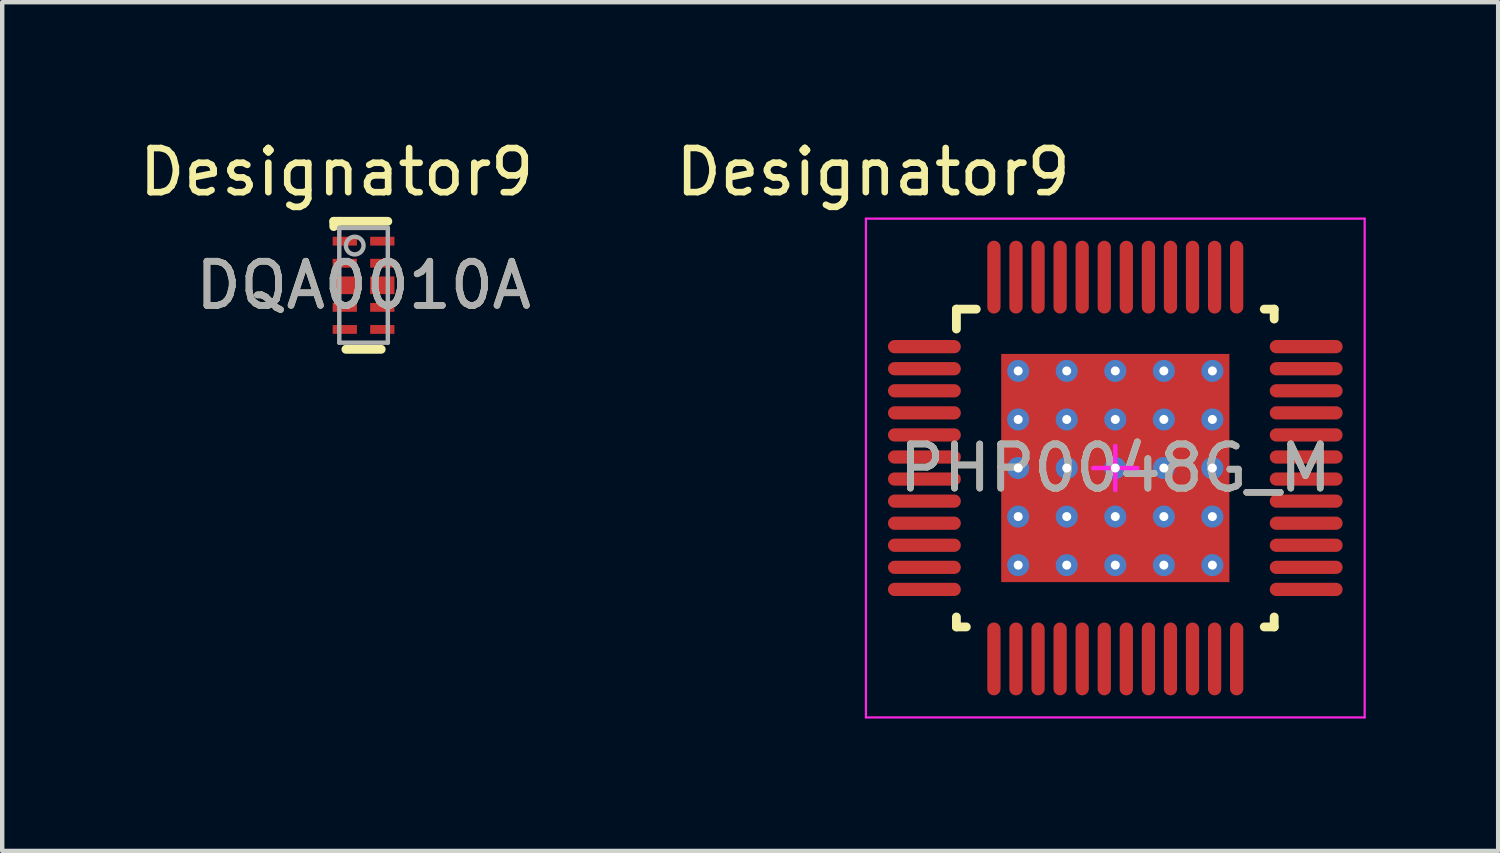
<source format=kicad_pcb>
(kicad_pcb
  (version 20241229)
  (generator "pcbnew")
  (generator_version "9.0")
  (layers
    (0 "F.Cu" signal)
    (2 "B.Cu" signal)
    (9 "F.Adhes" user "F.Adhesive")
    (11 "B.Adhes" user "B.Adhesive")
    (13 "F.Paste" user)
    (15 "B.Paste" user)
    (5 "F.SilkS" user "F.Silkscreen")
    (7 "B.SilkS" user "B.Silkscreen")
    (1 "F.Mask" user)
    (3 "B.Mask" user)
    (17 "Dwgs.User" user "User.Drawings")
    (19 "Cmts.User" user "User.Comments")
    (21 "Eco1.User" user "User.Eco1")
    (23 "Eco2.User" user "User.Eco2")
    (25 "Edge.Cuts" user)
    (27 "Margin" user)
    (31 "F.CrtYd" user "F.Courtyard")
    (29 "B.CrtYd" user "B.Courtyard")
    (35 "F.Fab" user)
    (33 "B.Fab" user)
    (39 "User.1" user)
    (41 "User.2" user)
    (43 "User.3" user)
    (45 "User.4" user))
  (footprint "PHP0048G_M"
    (layer "F.Cu")
    (at 22.219 7.554)
    (property "Reference" "PHP0048G_M" (at 0 0 0) (unlocked yes) (layer "F.SilkS") (effects (font (size 1 1) (thickness 0.15))))
    (attr smd)
    (fp_line (start -3.6 -3.6) (end -3.15 -3.6) (stroke (width 0.2) (type solid)) (layer "F.SilkS"))
    (fp_line (start -3.6 -3.15) (end -3.6 -3.6) (stroke (width 0.2) (type solid)) (layer "F.SilkS"))
    (fp_line (start -3.6 3.6) (end -3.6 3.375) (stroke (width 0.2) (type solid)) (layer "F.SilkS"))
    (fp_line (start -3.6 3.6) (end -3.375 3.6) (stroke (width 0.2) (type solid)) (layer "F.SilkS"))
    (fp_line (start 3.375 -3.6) (end 3.6 -3.6) (stroke (width 0.2) (type solid)) (layer "F.SilkS"))
    (fp_line (start 3.375 3.6) (end 3.6 3.6) (stroke (width 0.2) (type solid)) (layer "F.SilkS"))
    (fp_line (start 3.6 -3.375) (end 3.6 -3.6) (stroke (width 0.2) (type solid)) (layer "F.SilkS"))
    (fp_line (start 3.6 3.6) (end 3.6 3.375) (stroke (width 0.2) (type solid)) (layer "F.SilkS"))
    (fp_line (start -5.65 -5.65) (end 5.65 -5.65) (stroke (width 0.05) (type solid)) (layer "F.CrtYd"))
    (fp_line (start -5.65 5.65) (end -5.65 -5.65) (stroke (width 0.05) (type solid)) (layer "F.CrtYd"))
    (fp_line (start -5.65 5.65) (end 5.65 5.65) (stroke (width 0.05) (type solid)) (layer "F.CrtYd"))
    (fp_line (start -0.5 0) (end 0.5 0) (stroke (width 0.1) (type solid)) (layer "F.CrtYd"))
    (fp_line (start 0 0.5) (end 0 -0.5) (stroke (width 0.1) (type solid)) (layer "F.CrtYd"))
    (fp_line (start 5.65 5.65) (end 5.65 -5.65) (stroke (width 0.05) (type solid)) (layer "F.CrtYd"))
    (fp_text user "Designator9" (at -5.486 -6.706 0) (unlocked yes) (layer "F.SilkS") (effects (font (size 1 1) (thickness 0.15))))
    (fp_text user "${REFERENCE}" (at 0 0 0) (unlocked yes) (layer "F.Fab") (effects (font (size 1 1) (thickness 0.15))))
    (pad "1" smd oval (at -4.325 -2.75 90) (size 0.3 1.65) (layers "F.Cu" "F.Mask" "F.Paste"))
    (pad "2" smd oval (at -4.325 -2.25 90) (size 0.3 1.65) (layers "F.Cu" "F.Mask" "F.Paste"))
    (pad "3" smd oval (at -4.325 -1.75 90) (size 0.3 1.65) (layers "F.Cu" "F.Mask" "F.Paste"))
    (pad "4" smd oval (at -4.325 -1.25 90) (size 0.3 1.65) (layers "F.Cu" "F.Mask" "F.Paste"))
    (pad "5" smd oval (at -4.325 -0.75 90) (size 0.3 1.65) (layers "F.Cu" "F.Mask" "F.Paste"))
    (pad "6" smd oval (at -4.325 -0.25 90) (size 0.3 1.65) (layers "F.Cu" "F.Mask" "F.Paste"))
    (pad "7" smd oval (at -4.325 0.25 90) (size 0.3 1.65) (layers "F.Cu" "F.Mask" "F.Paste"))
    (pad "8" smd oval (at -4.325 0.75 90) (size 0.3 1.65) (layers "F.Cu" "F.Mask" "F.Paste"))
    (pad "9" smd oval (at -4.325 1.25 90) (size 0.3 1.65) (layers "F.Cu" "F.Mask" "F.Paste"))
    (pad "10" smd oval (at -4.325 1.75 90) (size 0.3 1.65) (layers "F.Cu" "F.Mask" "F.Paste"))
    (pad "11" smd oval (at -4.325 2.25 90) (size 0.3 1.65) (layers "F.Cu" "F.Mask" "F.Paste"))
    (pad "12" smd oval (at -4.325 2.75 90) (size 0.3 1.65) (layers "F.Cu" "F.Mask" "F.Paste"))
    (pad "13" smd oval (at -2.75 4.325) (size 0.3 1.65) (layers "F.Cu" "F.Mask" "F.Paste"))
    (pad "14" smd oval (at -2.25 4.325) (size 0.3 1.65) (layers "F.Cu" "F.Mask" "F.Paste"))
    (pad "15" smd oval (at -1.75 4.325) (size 0.3 1.65) (layers "F.Cu" "F.Mask" "F.Paste"))
    (pad "16" smd oval (at -1.25 4.325) (size 0.3 1.65) (layers "F.Cu" "F.Mask" "F.Paste"))
    (pad "17" smd oval (at -0.75 4.325) (size 0.3 1.65) (layers "F.Cu" "F.Mask" "F.Paste"))
    (pad "18" smd oval (at -0.25 4.325) (size 0.3 1.65) (layers "F.Cu" "F.Mask" "F.Paste"))
    (pad "19" smd oval (at 0.25 4.325) (size 0.3 1.65) (layers "F.Cu" "F.Mask" "F.Paste"))
    (pad "20" smd oval (at 0.75 4.325) (size 0.3 1.65) (layers "F.Cu" "F.Mask" "F.Paste"))
    (pad "21" smd oval (at 1.25 4.325) (size 0.3 1.65) (layers "F.Cu" "F.Mask" "F.Paste"))
    (pad "22" smd oval (at 1.75 4.325) (size 0.3 1.65) (layers "F.Cu" "F.Mask" "F.Paste"))
    (pad "23" smd oval (at 2.25 4.325) (size 0.3 1.65) (layers "F.Cu" "F.Mask" "F.Paste"))
    (pad "24" smd oval (at 2.75 4.325) (size 0.3 1.65) (layers "F.Cu" "F.Mask" "F.Paste"))
    (pad "25" smd oval (at 4.325 2.75 90) (size 0.3 1.65) (layers "F.Cu" "F.Mask" "F.Paste"))
    (pad "26" smd oval (at 4.325 2.25 90) (size 0.3 1.65) (layers "F.Cu" "F.Mask" "F.Paste"))
    (pad "27" smd oval (at 4.325 1.75 90) (size 0.3 1.65) (layers "F.Cu" "F.Mask" "F.Paste"))
    (pad "28" smd oval (at 4.325 1.25 90) (size 0.3 1.65) (layers "F.Cu" "F.Mask" "F.Paste"))
    (pad "29" smd oval (at 4.325 0.75 90) (size 0.3 1.65) (layers "F.Cu" "F.Mask" "F.Paste"))
    (pad "30" smd oval (at 4.325 0.25 90) (size 0.3 1.65) (layers "F.Cu" "F.Mask" "F.Paste"))
    (pad "31" smd oval (at 4.325 -0.25 90) (size 0.3 1.65) (layers "F.Cu" "F.Mask" "F.Paste"))
    (pad "32" smd oval (at 4.325 -0.75 90) (size 0.3 1.65) (layers "F.Cu" "F.Mask" "F.Paste"))
    (pad "33" smd oval (at 4.325 -1.25 90) (size 0.3 1.65) (layers "F.Cu" "F.Mask" "F.Paste"))
    (pad "34" smd oval (at 4.325 -1.75 90) (size 0.3 1.65) (layers "F.Cu" "F.Mask" "F.Paste"))
    (pad "35" smd oval (at 4.325 -2.25 90) (size 0.3 1.65) (layers "F.Cu" "F.Mask" "F.Paste"))
    (pad "36" smd oval (at 4.325 -2.75 90) (size 0.3 1.65) (layers "F.Cu" "F.Mask" "F.Paste"))
    (pad "37" smd oval (at 2.75 -4.325) (size 0.3 1.65) (layers "F.Cu" "F.Mask" "F.Paste"))
    (pad "38" smd oval (at 2.25 -4.325) (size 0.3 1.65) (layers "F.Cu" "F.Mask" "F.Paste"))
    (pad "39" smd oval (at 1.75 -4.325) (size 0.3 1.65) (layers "F.Cu" "F.Mask" "F.Paste"))
    (pad "40" smd oval (at 1.25 -4.325) (size 0.3 1.65) (layers "F.Cu" "F.Mask" "F.Paste"))
    (pad "41" smd oval (at 0.75 -4.325) (size 0.3 1.65) (layers "F.Cu" "F.Mask" "F.Paste"))
    (pad "42" smd oval (at 0.25 -4.325) (size 0.3 1.65) (layers "F.Cu" "F.Mask" "F.Paste"))
    (pad "43" smd oval (at -0.25 -4.325) (size 0.3 1.65) (layers "F.Cu" "F.Mask" "F.Paste"))
    (pad "44" smd oval (at -0.75 -4.325) (size 0.3 1.65) (layers "F.Cu" "F.Mask" "F.Paste"))
    (pad "45" smd oval (at -1.25 -4.325) (size 0.3 1.65) (layers "F.Cu" "F.Mask" "F.Paste"))
    (pad "46" smd oval (at -1.75 -4.325) (size 0.3 1.65) (layers "F.Cu" "F.Mask" "F.Paste"))
    (pad "47" smd oval (at -2.25 -4.325) (size 0.3 1.65) (layers "F.Cu" "F.Mask" "F.Paste"))
    (pad "48" smd oval (at -2.75 -4.325) (size 0.3 1.65) (layers "F.Cu" "F.Mask" "F.Paste"))
    (pad "49" smd rect (at 0 -0.000003) (size 5.17 5.17) (layers "F.Cu" "F.Mask" "F.Paste"))
    (pad "V" thru_hole circle (at -2.2 -2.2) (size 0.5 0.5) (drill 0.203) (layers "*.Cu" "*.Mask"))
    (pad "V" thru_hole circle (at -2.2 -1.1) (size 0.5 0.5) (drill 0.203) (layers "*.Cu" "*.Mask"))
    (pad "V" thru_hole circle (at -2.2 0) (size 0.5 0.5) (drill 0.203) (layers "*.Cu" "*.Mask"))
    (pad "V" thru_hole circle (at -2.2 1.1) (size 0.5 0.5) (drill 0.203) (layers "*.Cu" "*.Mask"))
    (pad "V" thru_hole circle (at -2.2 2.2) (size 0.5 0.5) (drill 0.203) (layers "*.Cu" "*.Mask"))
    (pad "V" thru_hole circle (at -1.1 -2.2) (size 0.5 0.5) (drill 0.203) (layers "*.Cu" "*.Mask"))
    (pad "V" thru_hole circle (at -1.1 -1.1) (size 0.5 0.5) (drill 0.203) (layers "*.Cu" "*.Mask"))
    (pad "V" thru_hole circle (at -1.1 0) (size 0.5 0.5) (drill 0.203) (layers "*.Cu" "*.Mask"))
    (pad "V" thru_hole circle (at -1.1 1.1) (size 0.5 0.5) (drill 0.203) (layers "*.Cu" "*.Mask"))
    (pad "V" thru_hole circle (at -1.1 2.2) (size 0.5 0.5) (drill 0.203) (layers "*.Cu" "*.Mask"))
    (pad "V" thru_hole circle (at 0 -2.2) (size 0.5 0.5) (drill 0.203) (layers "*.Cu" "*.Mask"))
    (pad "V" thru_hole circle (at 0 -1.1) (size 0.5 0.5) (drill 0.203) (layers "*.Cu" "*.Mask"))
    (pad "V" thru_hole circle (at 0 0) (size 0.5 0.5) (drill 0.203) (layers "*.Cu" "*.Mask"))
    (pad "V" thru_hole circle (at 0 1.1) (size 0.5 0.5) (drill 0.203) (layers "*.Cu" "*.Mask"))
    (pad "V" thru_hole circle (at 0 2.2) (size 0.5 0.5) (drill 0.203) (layers "*.Cu" "*.Mask"))
    (pad "V" thru_hole circle (at 1.1 -2.2) (size 0.5 0.5) (drill 0.203) (layers "*.Cu" "*.Mask"))
    (pad "V" thru_hole circle (at 1.1 -1.1) (size 0.5 0.5) (drill 0.203) (layers "*.Cu" "*.Mask"))
    (pad "V" thru_hole circle (at 1.1 0) (size 0.5 0.5) (drill 0.203) (layers "*.Cu" "*.Mask"))
    (pad "V" thru_hole circle (at 1.1 1.1) (size 0.5 0.5) (drill 0.203) (layers "*.Cu" "*.Mask"))
    (pad "V" thru_hole circle (at 1.1 2.2) (size 0.5 0.5) (drill 0.203) (layers "*.Cu" "*.Mask"))
    (pad "V" thru_hole circle (at 2.2 -2.2) (size 0.5 0.5) (drill 0.203) (layers "*.Cu" "*.Mask"))
    (pad "V" thru_hole circle (at 2.2 -1.1) (size 0.5 0.5) (drill 0.203) (layers "*.Cu" "*.Mask"))
    (pad "V" thru_hole circle (at 2.2 0) (size 0.5 0.5) (drill 0.203) (layers "*.Cu" "*.Mask"))
    (pad "V" thru_hole circle (at 2.2 1.1) (size 0.5 0.5) (drill 0.203) (layers "*.Cu" "*.Mask"))
    (pad "V" thru_hole circle (at 2.2 2.2) (size 0.5 0.5) (drill 0.203) (layers "*.Cu" "*.Mask")))
  (footprint "DQA0010A"
    (layer "F.Cu")
    (at 5.187 3.414)
    (property "Reference" "DQA0010A" (at 0 0 0) (unlocked yes) (layer "F.SilkS") (effects (font (size 1 1) (thickness 0.15))))
    (attr smd)
    (fp_line (start -0.675 -1.45) (end -0.55 -1.45) (stroke (width 0.2) (type solid)) (layer "F.SilkS"))
    (fp_line (start -0.675 -1.33) (end -0.675 -1.45) (stroke (width 0.2) (type solid)) (layer "F.SilkS"))
    (fp_line (start -0.55 -1.45) (end 0.55 -1.45) (stroke (width 0.2) (type solid)) (layer "F.SilkS"))
    (fp_line (start -0.4 1.45) (end 0.4 1.45) (stroke (width 0.2) (type solid)) (layer "F.SilkS"))
    (fp_line (start -0.55 -1.3) (end 0.55 -1.3) (stroke (width 0.1) (type solid)) (layer "F.Fab"))
    (fp_line (start -0.55 1.3) (end -0.55 -1.3) (stroke (width 0.1) (type solid)) (layer "F.Fab"))
    (fp_line (start -0.55 1.3) (end 0.55 1.3) (stroke (width 0.1) (type solid)) (layer "F.Fab"))
    (fp_line (start 0.55 1.3) (end 0.55 -1.3) (stroke (width 0.1) (type solid)) (layer "F.Fab"))
    (fp_circle (center -0.2 -0.9) (end 0 -0.9) (stroke (width 0.1) (type solid)) (fill no) (layer "F.Fab"))
    (fp_text user "Designator9" (at -0.61 -2.565 0) (unlocked yes) (layer "F.SilkS") (effects (font (size 1 1) (thickness 0.15))))
    (fp_text user "${REFERENCE}" (at 0 0 0) (unlocked yes) (layer "F.Fab") (effects (font (size 1 1) (thickness 0.15))))
    (pad "1" smd rect (at -0.425 -1 90) (size 0.2 0.55) (layers "F.Cu" "F.Mask" "F.Paste"))
    (pad "2" smd rect (at -0.425 -0.5 90) (size 0.2 0.55) (layers "F.Cu" "F.Mask" "F.Paste"))
    (pad "3" smd rect (at -0.425 -0.000003 90) (size 0.4 0.55) (layers "F.Cu" "F.Mask" "F.Paste"))
    (pad "4" smd rect (at -0.425 0.5 90) (size 0.2 0.55) (layers "F.Cu" "F.Mask" "F.Paste"))
    (pad "5" smd rect (at -0.425 1 90) (size 0.2 0.55) (layers "F.Cu" "F.Mask" "F.Paste"))
    (pad "6" smd rect (at 0.425 1 90) (size 0.2 0.55) (layers "F.Cu" "F.Mask" "F.Paste"))
    (pad "7" smd rect (at 0.425 0.5 90) (size 0.2 0.55) (layers "F.Cu" "F.Mask" "F.Paste"))
    (pad "8" smd rect (at 0.425 -0.000003 90) (size 0.4 0.55) (layers "F.Cu" "F.Mask" "F.Paste"))
    (pad "9" smd rect (at 0.425 -0.5 90) (size 0.2 0.55) (layers "F.Cu" "F.Mask" "F.Paste"))
    (pad "10" smd rect (at 0.425 -1 90) (size 0.2 0.55) (layers "F.Cu" "F.Mask" "F.Paste")))
  (gr_rect
    (start -3 -3)
    (end 30.894 16.229)
    (stroke (width 0.1) (type default))
    (fill no)
    (layer "Edge.Cuts")))
</source>
